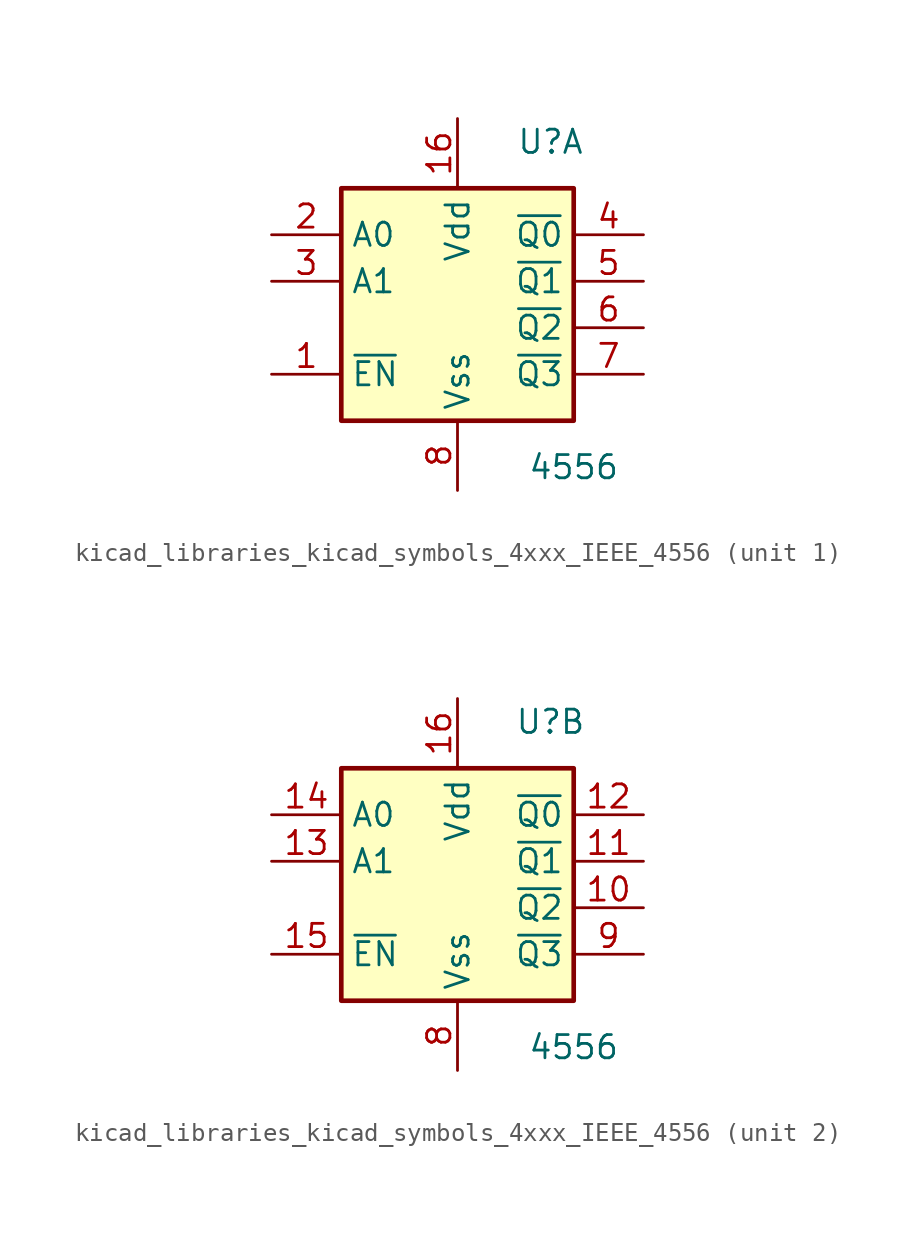
<source format=kicad_sym>
(kicad_symbol_lib
  (version 20220914)
  (generator kicad_symbol_editor)
  (symbol "kicad_libraries_kicad_symbols_4xxx_IEEE_4556"
    (property "Reference" "U"
      (at 5.08 8.89 0)
      (effects (font (size 1.27 1.27))))
    (property "Value" "4556"
      (at 6.35 -8.89 0)
      (effects (font (size 1.27 1.27))))
    (symbol "kicad_libraries_kicad_symbols_4xxx_IEEE_4556_0_1"
      (rectangle (start -6.35 6.35) (end 6.35 -6.35) (stroke (width 0.254) (type default)) (fill (type background)))
      (pin power_in line (at 0 10.16 270) (length 3.81) (name "Vdd" (effects (font (size 1.27 1.27)))) (number "16" (effects (font (size 1.27 1.27)))))
      (pin power_in line (at 0 -10.16 90) (length 3.81) (name "Vss" (effects (font (size 1.27 1.27)))) (number "8" (effects (font (size 1.27 1.27))))))
    (symbol "kicad_libraries_kicad_symbols_4xxx_IEEE_4556_1_1"
      (pin input line (at -10.16 -3.81 0) (length 3.81) (name "~{EN}" (effects (font (size 1.27 1.27)))) (number "1" (effects (font (size 1.27 1.27)))))
      (pin input line (at -10.16 3.81 0) (length 3.81) (name "A0" (effects (font (size 1.27 1.27)))) (number "2" (effects (font (size 1.27 1.27)))))
      (pin input line (at -10.16 1.27 0) (length 3.81) (name "A1" (effects (font (size 1.27 1.27)))) (number "3" (effects (font (size 1.27 1.27)))))
      (pin output line (at 10.16 3.81 180) (length 3.81) (name "~{Q0}" (effects (font (size 1.27 1.27)))) (number "4" (effects (font (size 1.27 1.27)))))
      (pin output line (at 10.16 1.27 180) (length 3.81) (name "~{Q1}" (effects (font (size 1.27 1.27)))) (number "5" (effects (font (size 1.27 1.27)))))
      (pin output line (at 10.16 -1.27 180) (length 3.81) (name "~{Q2}" (effects (font (size 1.27 1.27)))) (number "6" (effects (font (size 1.27 1.27)))))
      (pin output line (at 10.16 -3.81 180) (length 3.81) (name "~{Q3}" (effects (font (size 1.27 1.27)))) (number "7" (effects (font (size 1.27 1.27))))))
    (symbol "kicad_libraries_kicad_symbols_4xxx_IEEE_4556_2_1"
      (pin output line (at 10.16 -1.27 180) (length 3.81) (name "~{Q2}" (effects (font (size 1.27 1.27)))) (number "10" (effects (font (size 1.27 1.27)))))
      (pin output line (at 10.16 1.27 180) (length 3.81) (name "~{Q1}" (effects (font (size 1.27 1.27)))) (number "11" (effects (font (size 1.27 1.27)))))
      (pin output line (at 10.16 3.81 180) (length 3.81) (name "~{Q0}" (effects (font (size 1.27 1.27)))) (number "12" (effects (font (size 1.27 1.27)))))
      (pin input line (at -10.16 1.27 0) (length 3.81) (name "A1" (effects (font (size 1.27 1.27)))) (number "13" (effects (font (size 1.27 1.27)))))
      (pin input line (at -10.16 3.81 0) (length 3.81) (name "A0" (effects (font (size 1.27 1.27)))) (number "14" (effects (font (size 1.27 1.27)))))
      (pin input line (at -10.16 -3.81 0) (length 3.81) (name "~{EN}" (effects (font (size 1.27 1.27)))) (number "15" (effects (font (size 1.27 1.27)))))
      (pin output line (at 10.16 -3.81 180) (length 3.81) (name "~{Q3}" (effects (font (size 1.27 1.27)))) (number "9" (effects (font (size 1.27 1.27))))))))
</source>
